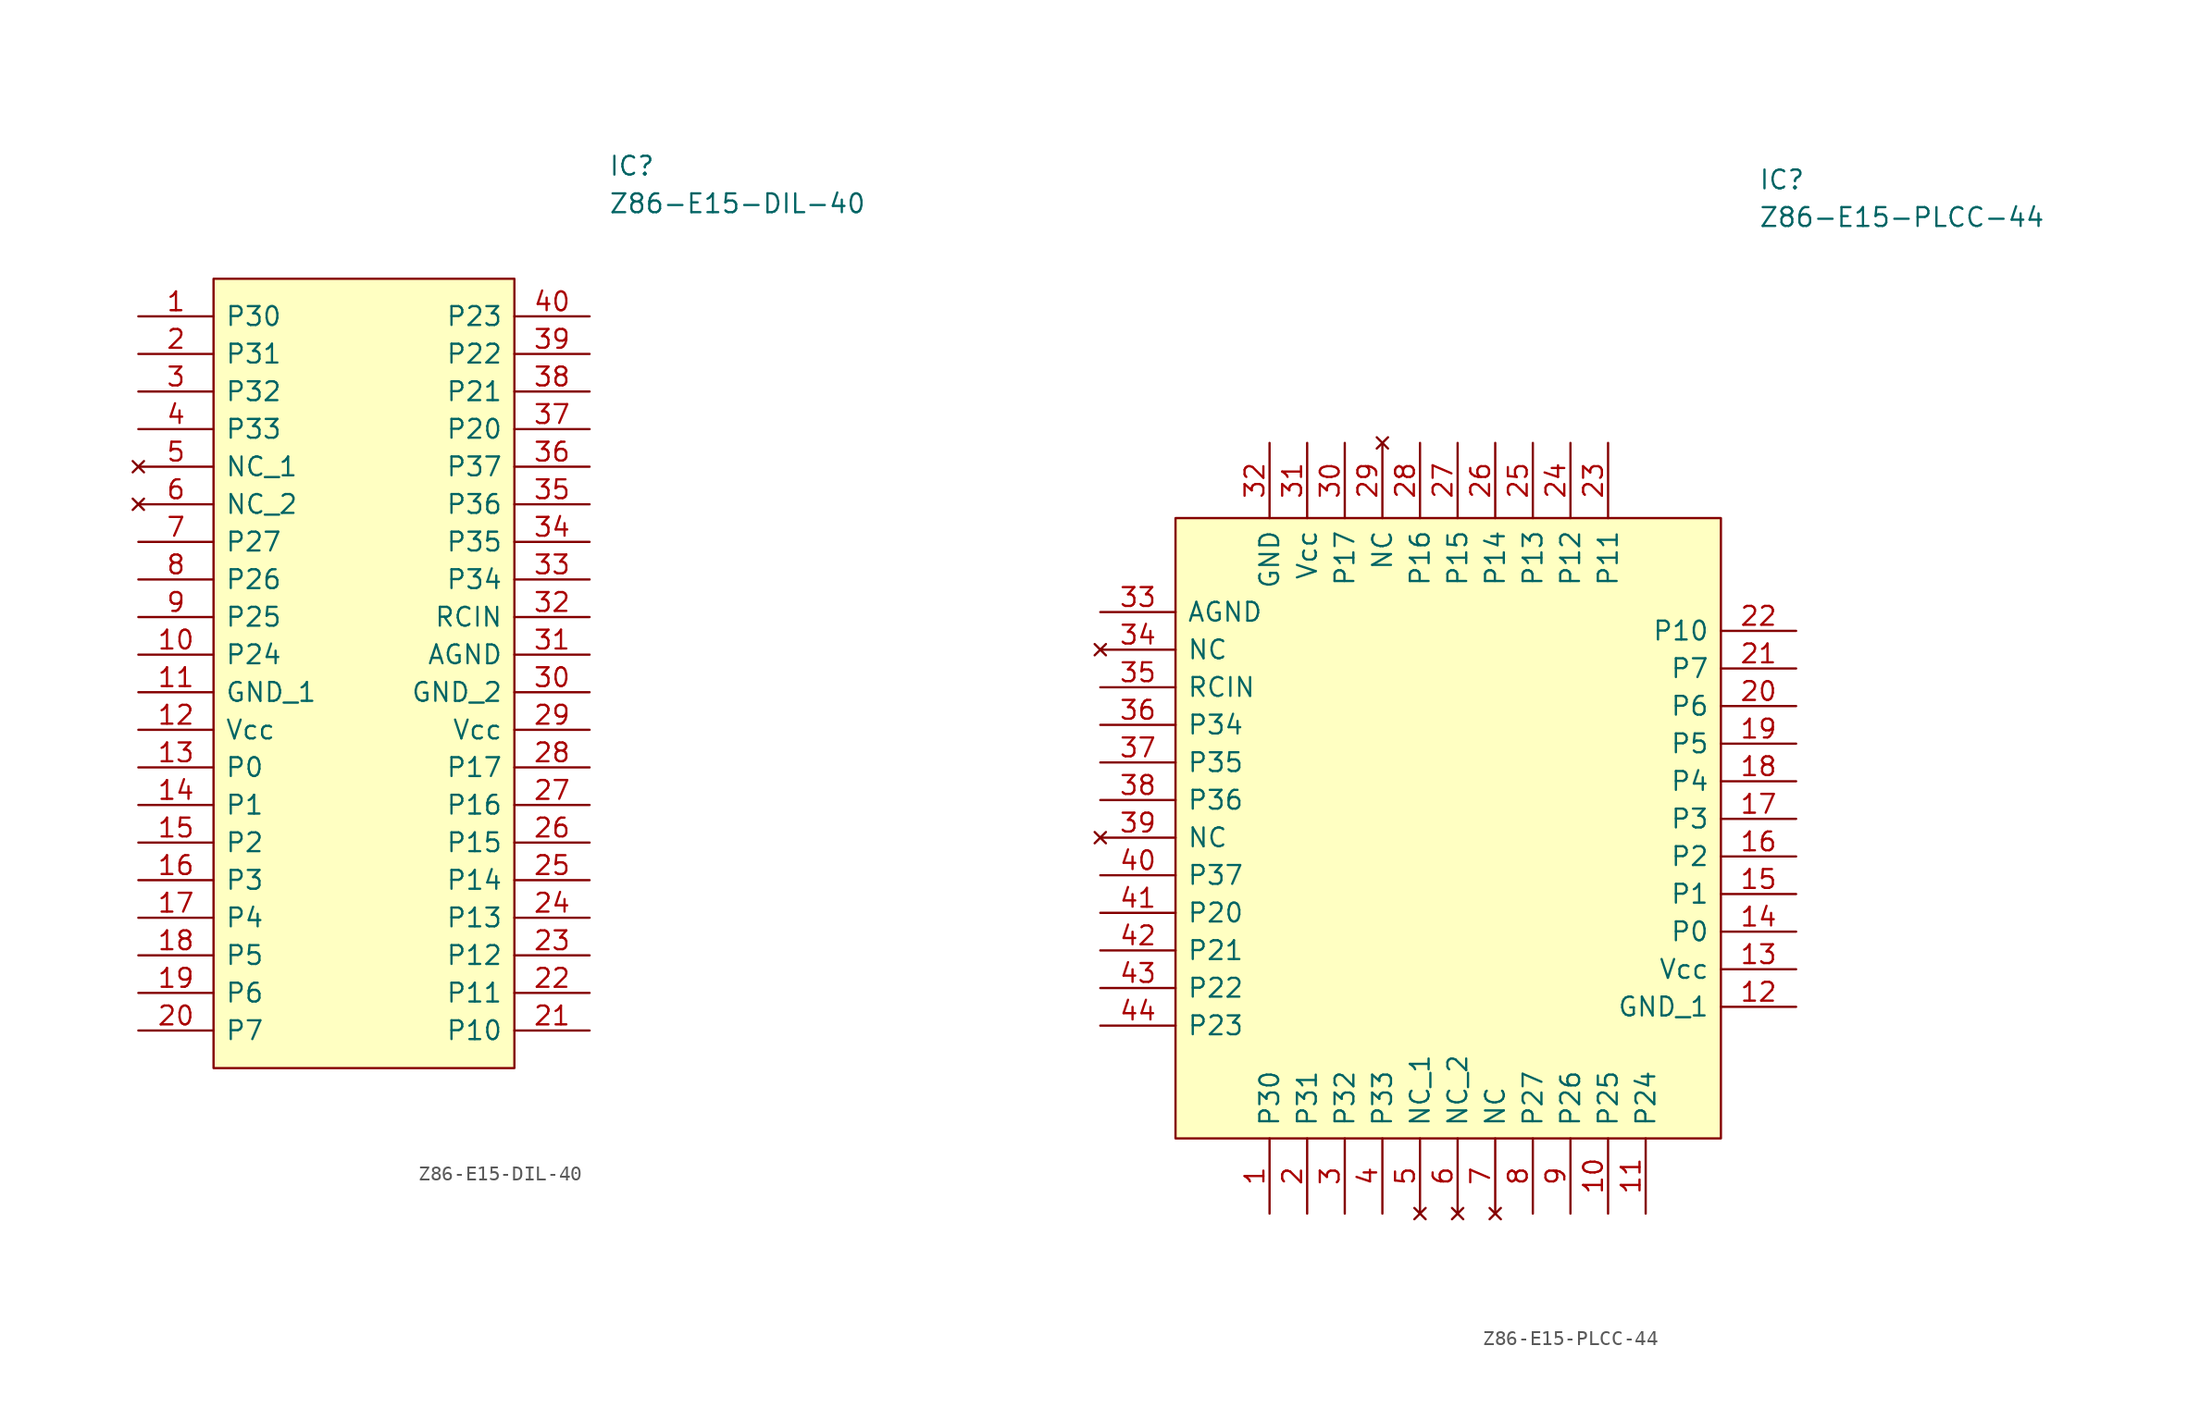
<source format=kicad_sym>
(kicad_symbol_lib
  (version 20211014)
  (generator kicad_symbol_editor)
  (symbol "Z86-E15-DIL-40"
    (pin_names
      (offset 0.762))
    (property "Reference" "IC"
      (at 26.67 7.62 0)
      (effects (font (size 1.27 1.27)) (justify left)))
    (property "Value" "Z86-E15-DIL-40"
      (at 26.67 5.08 0)
      (effects (font (size 1.27 1.27)) (justify left)))
    (symbol "Z86-E15-DIL-40_0_0"
      (pin bidirectional line (at -5.08 -2.54 0) (length 5.08) (name "P30" (effects (font (size 1.27 1.27)))) (number "1" (effects (font (size 1.27 1.27)))))
      (pin bidirectional line (at -5.08 -25.4 0) (length 5.08) (name "P24" (effects (font (size 1.27 1.27)))) (number "10" (effects (font (size 1.27 1.27)))))
      (pin power_in line (at -5.08 -27.94 0) (length 5.08) (name "GND_1" (effects (font (size 1.27 1.27)))) (number "11" (effects (font (size 1.27 1.27)))))
      (pin bidirectional line (at -5.08 -30.48 0) (length 5.08) (name "Vcc" (effects (font (size 1.27 1.27)))) (number "12" (effects (font (size 1.27 1.27)))))
      (pin bidirectional line (at -5.08 -33.02 0) (length 5.08) (name "P0" (effects (font (size 1.27 1.27)))) (number "13" (effects (font (size 1.27 1.27)))))
      (pin bidirectional line (at -5.08 -35.56 0) (length 5.08) (name "P1" (effects (font (size 1.27 1.27)))) (number "14" (effects (font (size 1.27 1.27)))))
      (pin bidirectional line (at -5.08 -38.1 0) (length 5.08) (name "P2" (effects (font (size 1.27 1.27)))) (number "15" (effects (font (size 1.27 1.27)))))
      (pin bidirectional line (at -5.08 -40.64 0) (length 5.08) (name "P3" (effects (font (size 1.27 1.27)))) (number "16" (effects (font (size 1.27 1.27)))))
      (pin bidirectional line (at -5.08 -43.18 0) (length 5.08) (name "P4" (effects (font (size 1.27 1.27)))) (number "17" (effects (font (size 1.27 1.27)))))
      (pin bidirectional line (at -5.08 -45.72 0) (length 5.08) (name "P5" (effects (font (size 1.27 1.27)))) (number "18" (effects (font (size 1.27 1.27)))))
      (pin bidirectional line (at -5.08 -48.26 0) (length 5.08) (name "P6" (effects (font (size 1.27 1.27)))) (number "19" (effects (font (size 1.27 1.27)))))
      (pin bidirectional line (at -5.08 -5.08 0) (length 5.08) (name "P31" (effects (font (size 1.27 1.27)))) (number "2" (effects (font (size 1.27 1.27)))))
      (pin bidirectional line (at -5.08 -50.8 0) (length 5.08) (name "P7" (effects (font (size 1.27 1.27)))) (number "20" (effects (font (size 1.27 1.27)))))
      (pin bidirectional line (at 25.4 -50.8 180) (length 5.08) (name "P10" (effects (font (size 1.27 1.27)))) (number "21" (effects (font (size 1.27 1.27)))))
      (pin bidirectional line (at 25.4 -48.26 180) (length 5.08) (name "P11" (effects (font (size 1.27 1.27)))) (number "22" (effects (font (size 1.27 1.27)))))
      (pin bidirectional line (at 25.4 -45.72 180) (length 5.08) (name "P12" (effects (font (size 1.27 1.27)))) (number "23" (effects (font (size 1.27 1.27)))))
      (pin bidirectional line (at 25.4 -43.18 180) (length 5.08) (name "P13" (effects (font (size 1.27 1.27)))) (number "24" (effects (font (size 1.27 1.27)))))
      (pin bidirectional line (at 25.4 -40.64 180) (length 5.08) (name "P14" (effects (font (size 1.27 1.27)))) (number "25" (effects (font (size 1.27 1.27)))))
      (pin bidirectional line (at 25.4 -38.1 180) (length 5.08) (name "P15" (effects (font (size 1.27 1.27)))) (number "26" (effects (font (size 1.27 1.27)))))
      (pin bidirectional line (at 25.4 -35.56 180) (length 5.08) (name "P16" (effects (font (size 1.27 1.27)))) (number "27" (effects (font (size 1.27 1.27)))))
      (pin bidirectional line (at 25.4 -33.02 180) (length 5.08) (name "P17" (effects (font (size 1.27 1.27)))) (number "28" (effects (font (size 1.27 1.27)))))
      (pin power_in line (at 25.4 -30.48 180) (length 5.08) (name "Vcc" (effects (font (size 1.27 1.27)))) (number "29" (effects (font (size 1.27 1.27)))))
      (pin bidirectional line (at -5.08 -7.62 0) (length 5.08) (name "P32" (effects (font (size 1.27 1.27)))) (number "3" (effects (font (size 1.27 1.27)))))
      (pin power_in line (at 25.4 -27.94 180) (length 5.08) (name "GND_2" (effects (font (size 1.27 1.27)))) (number "30" (effects (font (size 1.27 1.27)))))
      (pin bidirectional line (at 25.4 -25.4 180) (length 5.08) (name "AGND" (effects (font (size 1.27 1.27)))) (number "31" (effects (font (size 1.27 1.27)))))
      (pin bidirectional line (at 25.4 -22.86 180) (length 5.08) (name "RCIN" (effects (font (size 1.27 1.27)))) (number "32" (effects (font (size 1.27 1.27)))))
      (pin bidirectional line (at 25.4 -20.32 180) (length 5.08) (name "P34" (effects (font (size 1.27 1.27)))) (number "33" (effects (font (size 1.27 1.27)))))
      (pin bidirectional line (at 25.4 -17.78 180) (length 5.08) (name "P35" (effects (font (size 1.27 1.27)))) (number "34" (effects (font (size 1.27 1.27)))))
      (pin bidirectional line (at 25.4 -15.24 180) (length 5.08) (name "P36" (effects (font (size 1.27 1.27)))) (number "35" (effects (font (size 1.27 1.27)))))
      (pin bidirectional line (at 25.4 -12.7 180) (length 5.08) (name "P37" (effects (font (size 1.27 1.27)))) (number "36" (effects (font (size 1.27 1.27)))))
      (pin bidirectional line (at 25.4 -10.16 180) (length 5.08) (name "P20" (effects (font (size 1.27 1.27)))) (number "37" (effects (font (size 1.27 1.27)))))
      (pin bidirectional line (at 25.4 -7.62 180) (length 5.08) (name "P21" (effects (font (size 1.27 1.27)))) (number "38" (effects (font (size 1.27 1.27)))))
      (pin bidirectional line (at 25.4 -5.08 180) (length 5.08) (name "P22" (effects (font (size 1.27 1.27)))) (number "39" (effects (font (size 1.27 1.27)))))
      (pin bidirectional line (at -5.08 -10.16 0) (length 5.08) (name "P33" (effects (font (size 1.27 1.27)))) (number "4" (effects (font (size 1.27 1.27)))))
      (pin bidirectional line (at 25.4 -2.54 180) (length 5.08) (name "P23" (effects (font (size 1.27 1.27)))) (number "40" (effects (font (size 1.27 1.27)))))
      (pin no_connect line (at -5.08 -12.7 0) (length 5.08) (name "NC_1" (effects (font (size 1.27 1.27)))) (number "5" (effects (font (size 1.27 1.27)))))
      (pin no_connect line (at -5.08 -15.24 0) (length 5.08) (name "NC_2" (effects (font (size 1.27 1.27)))) (number "6" (effects (font (size 1.27 1.27)))))
      (pin bidirectional line (at -5.08 -17.78 0) (length 5.08) (name "P27" (effects (font (size 1.27 1.27)))) (number "7" (effects (font (size 1.27 1.27)))))
      (pin bidirectional line (at -5.08 -20.32 0) (length 5.08) (name "P26" (effects (font (size 1.27 1.27)))) (number "8" (effects (font (size 1.27 1.27)))))
      (pin bidirectional line (at -5.08 -22.86 0) (length 5.08) (name "P25" (effects (font (size 1.27 1.27)))) (number "9" (effects (font (size 1.27 1.27))))))
    (symbol "Z86-E15-DIL-40_0_1"
      (rectangle (start 20.32 -53.34) (end 0 0) (stroke (width 0) (type solid)) (fill (type background)))))
  (symbol "Z86-E15-PLCC-44"
    (pin_names
      (offset 0.762))
    (property "Reference" "IC"
      (at 39.37 22.86 0)
      (effects (font (size 1.27 1.27)) (justify left)))
    (property "Value" "Z86-E15-PLCC-44"
      (at 39.37 20.32 0)
      (effects (font (size 1.27 1.27)) (justify left)))
    (symbol "Z86-E15-PLCC-44_0_0"
      (pin input line (at 6.35 -46.99 90) (length 5.08) (name "P30" (effects (font (size 1.27 1.27)))) (number "1" (effects (font (size 1.27 1.27)))))
      (pin bidirectional line (at 29.21 -46.99 90) (length 5.08) (name "P25" (effects (font (size 1.27 1.27)))) (number "10" (effects (font (size 1.27 1.27)))))
      (pin bidirectional line (at 31.75 -46.99 90) (length 5.08) (name "P24" (effects (font (size 1.27 1.27)))) (number "11" (effects (font (size 1.27 1.27)))))
      (pin bidirectional line (at 41.91 -33.02 180) (length 5.08) (name "GND_1" (effects (font (size 1.27 1.27)))) (number "12" (effects (font (size 1.27 1.27)))))
      (pin bidirectional line (at 41.91 -30.48 180) (length 5.08) (name "Vcc" (effects (font (size 1.27 1.27)))) (number "13" (effects (font (size 1.27 1.27)))))
      (pin output line (at 41.91 -27.94 180) (length 5.08) (name "P0" (effects (font (size 1.27 1.27)))) (number "14" (effects (font (size 1.27 1.27)))))
      (pin output line (at 41.91 -25.4 180) (length 5.08) (name "P1" (effects (font (size 1.27 1.27)))) (number "15" (effects (font (size 1.27 1.27)))))
      (pin output line (at 41.91 -22.86 180) (length 5.08) (name "P2" (effects (font (size 1.27 1.27)))) (number "16" (effects (font (size 1.27 1.27)))))
      (pin output line (at 41.91 -20.32 180) (length 5.08) (name "P3" (effects (font (size 1.27 1.27)))) (number "17" (effects (font (size 1.27 1.27)))))
      (pin output line (at 41.91 -17.78 180) (length 5.08) (name "P4" (effects (font (size 1.27 1.27)))) (number "18" (effects (font (size 1.27 1.27)))))
      (pin output line (at 41.91 -15.24 180) (length 5.08) (name "P5" (effects (font (size 1.27 1.27)))) (number "19" (effects (font (size 1.27 1.27)))))
      (pin input line (at 8.89 -46.99 90) (length 5.08) (name "P31" (effects (font (size 1.27 1.27)))) (number "2" (effects (font (size 1.27 1.27)))))
      (pin output line (at 41.91 -12.7 180) (length 5.08) (name "P6" (effects (font (size 1.27 1.27)))) (number "20" (effects (font (size 1.27 1.27)))))
      (pin output line (at 41.91 -10.16 180) (length 5.08) (name "P7" (effects (font (size 1.27 1.27)))) (number "21" (effects (font (size 1.27 1.27)))))
      (pin output line (at 41.91 -7.62 180) (length 5.08) (name "P10" (effects (font (size 1.27 1.27)))) (number "22" (effects (font (size 1.27 1.27)))))
      (pin output line (at 29.21 5.08 270) (length 5.08) (name "P11" (effects (font (size 1.27 1.27)))) (number "23" (effects (font (size 1.27 1.27)))))
      (pin output line (at 26.67 5.08 270) (length 5.08) (name "P12" (effects (font (size 1.27 1.27)))) (number "24" (effects (font (size 1.27 1.27)))))
      (pin output line (at 24.13 5.08 270) (length 5.08) (name "P13" (effects (font (size 1.27 1.27)))) (number "25" (effects (font (size 1.27 1.27)))))
      (pin output line (at 21.59 5.08 270) (length 5.08) (name "P14" (effects (font (size 1.27 1.27)))) (number "26" (effects (font (size 1.27 1.27)))))
      (pin output line (at 19.05 5.08 270) (length 5.08) (name "P15" (effects (font (size 1.27 1.27)))) (number "27" (effects (font (size 1.27 1.27)))))
      (pin output line (at 16.51 5.08 270) (length 5.08) (name "P16" (effects (font (size 1.27 1.27)))) (number "28" (effects (font (size 1.27 1.27)))))
      (pin no_connect line (at 13.97 5.08 270) (length 5.08) (name "NC" (effects (font (size 1.27 1.27)))) (number "29" (effects (font (size 1.27 1.27)))))
      (pin input line (at 11.43 -46.99 90) (length 5.08) (name "P32" (effects (font (size 1.27 1.27)))) (number "3" (effects (font (size 1.27 1.27)))))
      (pin output line (at 11.43 5.08 270) (length 5.08) (name "P17" (effects (font (size 1.27 1.27)))) (number "30" (effects (font (size 1.27 1.27)))))
      (pin power_in line (at 8.89 5.08 270) (length 5.08) (name "Vcc" (effects (font (size 1.27 1.27)))) (number "31" (effects (font (size 1.27 1.27)))))
      (pin power_in line (at 6.35 5.08 270) (length 5.08) (name "GND" (effects (font (size 1.27 1.27)))) (number "32" (effects (font (size 1.27 1.27)))))
      (pin power_in line (at -5.08 -6.35 0) (length 5.08) (name "AGND" (effects (font (size 1.27 1.27)))) (number "33" (effects (font (size 1.27 1.27)))))
      (pin no_connect line (at -5.08 -8.89 0) (length 5.08) (name "NC" (effects (font (size 1.27 1.27)))) (number "34" (effects (font (size 1.27 1.27)))))
      (pin input line (at -5.08 -11.43 0) (length 5.08) (name "RCIN" (effects (font (size 1.27 1.27)))) (number "35" (effects (font (size 1.27 1.27)))))
      (pin output line (at -5.08 -13.97 0) (length 5.08) (name "P34" (effects (font (size 1.27 1.27)))) (number "36" (effects (font (size 1.27 1.27)))))
      (pin output line (at -5.08 -16.51 0) (length 5.08) (name "P35" (effects (font (size 1.27 1.27)))) (number "37" (effects (font (size 1.27 1.27)))))
      (pin output line (at -5.08 -19.05 0) (length 5.08) (name "P36" (effects (font (size 1.27 1.27)))) (number "38" (effects (font (size 1.27 1.27)))))
      (pin no_connect line (at -5.08 -21.59 0) (length 5.08) (name "NC" (effects (font (size 1.27 1.27)))) (number "39" (effects (font (size 1.27 1.27)))))
      (pin input line (at 13.97 -46.99 90) (length 5.08) (name "P33" (effects (font (size 1.27 1.27)))) (number "4" (effects (font (size 1.27 1.27)))))
      (pin output line (at -5.08 -24.13 0) (length 5.08) (name "P37" (effects (font (size 1.27 1.27)))) (number "40" (effects (font (size 1.27 1.27)))))
      (pin bidirectional line (at -5.08 -26.67 0) (length 5.08) (name "P20" (effects (font (size 1.27 1.27)))) (number "41" (effects (font (size 1.27 1.27)))))
      (pin bidirectional line (at -5.08 -29.21 0) (length 5.08) (name "P21" (effects (font (size 1.27 1.27)))) (number "42" (effects (font (size 1.27 1.27)))))
      (pin bidirectional line (at -5.08 -31.75 0) (length 5.08) (name "P22" (effects (font (size 1.27 1.27)))) (number "43" (effects (font (size 1.27 1.27)))))
      (pin bidirectional line (at -5.08 -34.29 0) (length 5.08) (name "P23" (effects (font (size 1.27 1.27)))) (number "44" (effects (font (size 1.27 1.27)))))
      (pin no_connect line (at 16.51 -46.99 90) (length 5.08) (name "NC_1" (effects (font (size 1.27 1.27)))) (number "5" (effects (font (size 1.27 1.27)))))
      (pin no_connect line (at 19.05 -46.99 90) (length 5.08) (name "NC_2" (effects (font (size 1.27 1.27)))) (number "6" (effects (font (size 1.27 1.27)))))
      (pin no_connect line (at 21.59 -46.99 90) (length 5.08) (name "NC" (effects (font (size 1.27 1.27)))) (number "7" (effects (font (size 1.27 1.27)))))
      (pin bidirectional line (at 24.13 -46.99 90) (length 5.08) (name "P27" (effects (font (size 1.27 1.27)))) (number "8" (effects (font (size 1.27 1.27)))))
      (pin bidirectional line (at 26.67 -46.99 90) (length 5.08) (name "P26" (effects (font (size 1.27 1.27)))) (number "9" (effects (font (size 1.27 1.27))))))
    (symbol "Z86-E15-PLCC-44_0_1"
      (rectangle (start 0 0) (end 36.83 -41.91) (stroke (width 0) (type solid)) (fill (type background))))))
</source>
